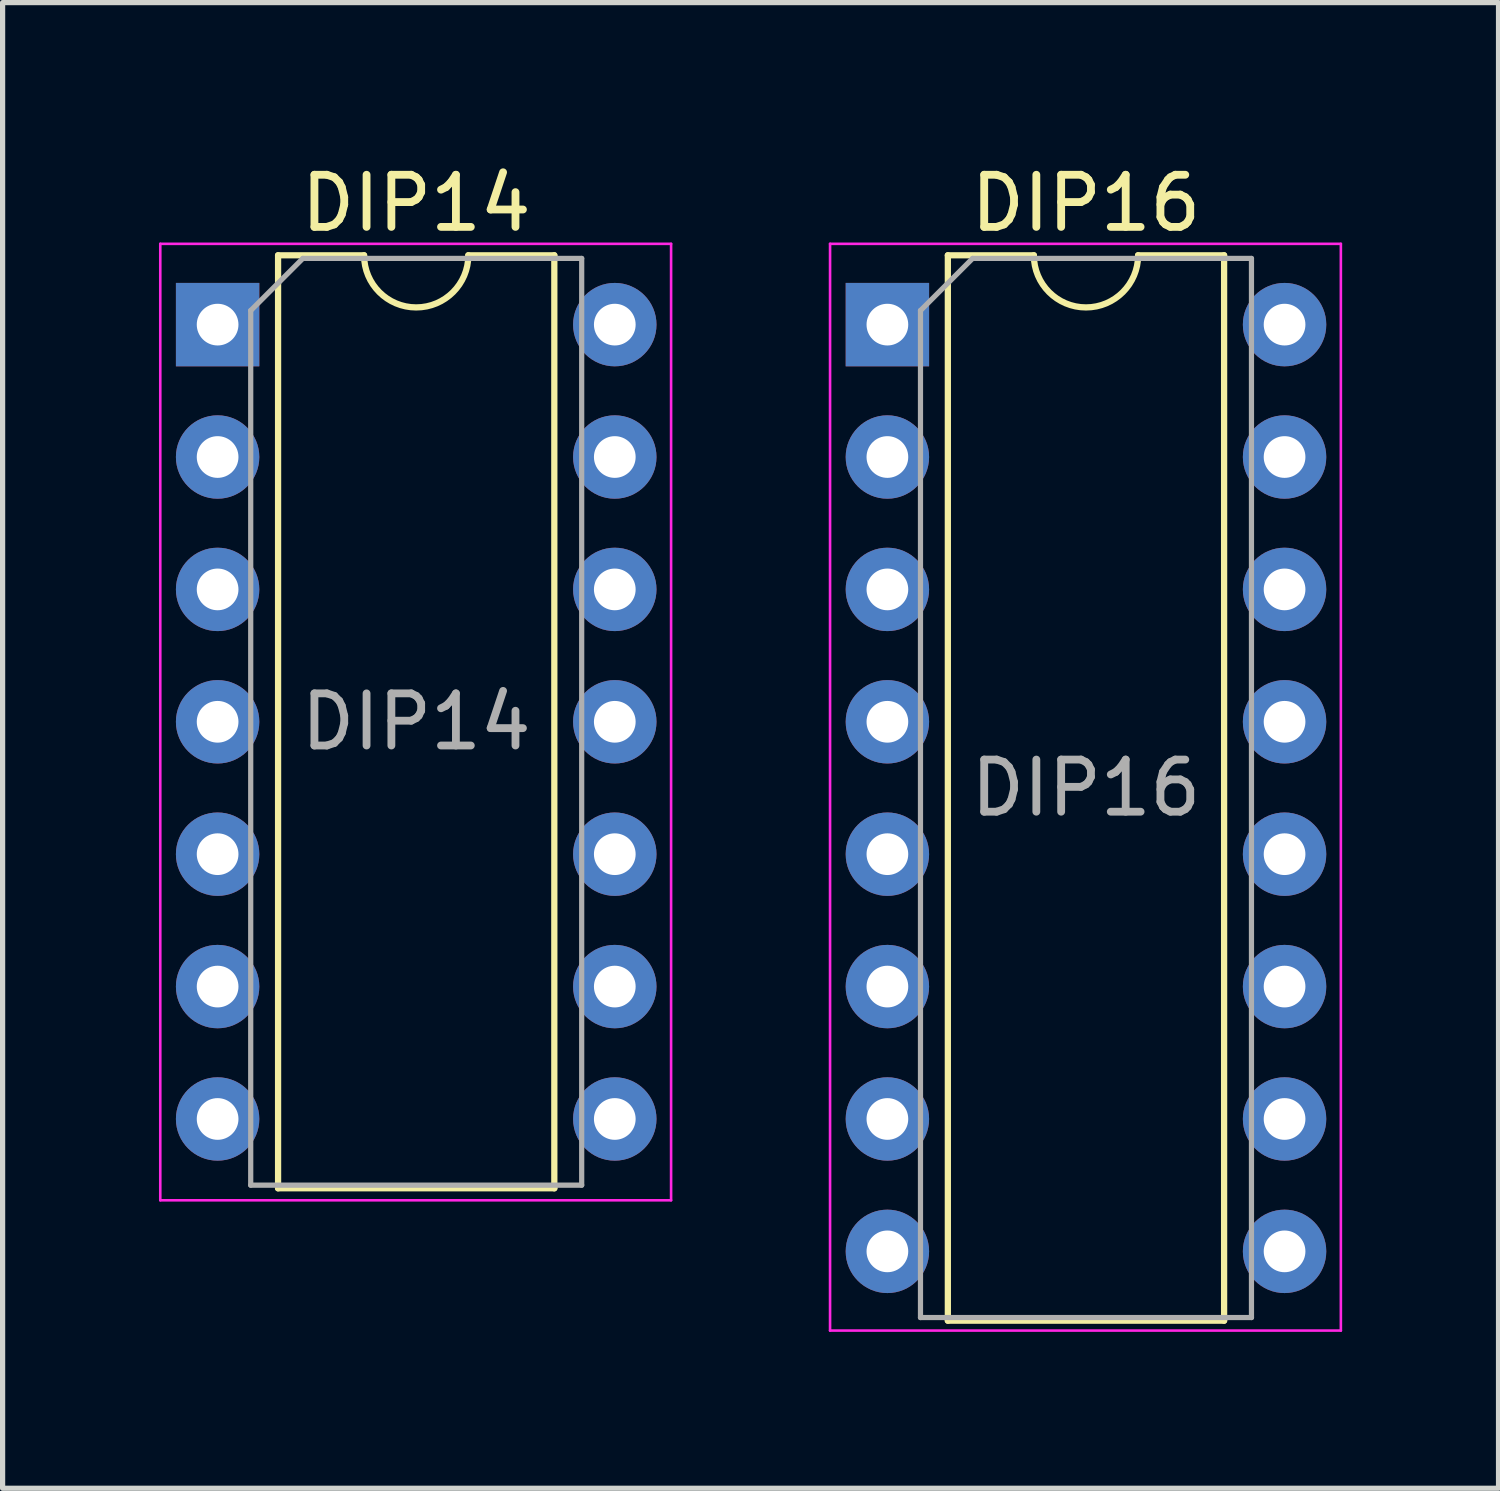
<source format=kicad_pcb>
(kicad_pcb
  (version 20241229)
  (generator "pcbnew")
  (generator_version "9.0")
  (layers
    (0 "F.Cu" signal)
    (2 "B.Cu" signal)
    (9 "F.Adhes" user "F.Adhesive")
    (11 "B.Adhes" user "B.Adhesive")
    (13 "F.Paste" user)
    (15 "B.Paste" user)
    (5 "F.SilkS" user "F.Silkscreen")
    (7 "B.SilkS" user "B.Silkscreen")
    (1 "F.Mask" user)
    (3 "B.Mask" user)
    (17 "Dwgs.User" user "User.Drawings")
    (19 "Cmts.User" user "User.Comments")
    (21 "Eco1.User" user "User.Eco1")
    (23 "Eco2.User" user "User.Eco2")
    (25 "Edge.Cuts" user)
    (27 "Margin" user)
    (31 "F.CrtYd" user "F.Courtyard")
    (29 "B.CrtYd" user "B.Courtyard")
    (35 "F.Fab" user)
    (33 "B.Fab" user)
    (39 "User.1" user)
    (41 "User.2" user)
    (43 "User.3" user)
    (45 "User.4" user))
  (footprint "DIP16"
    (layer "F.Cu")
    (at 13.975 3.178)
    (property "Reference" "DIP16" (at 3.81 -2.33 0) (layer "F.SilkS") (effects (font (size 1 1) (thickness 0.15))))
    (attr through_hole)
    (fp_line (start 1.16 -1.33) (end 1.16 19.11) (stroke (width 0.12) (type solid)) (layer "F.SilkS"))
    (fp_line (start 1.16 19.11) (end 6.46 19.11) (stroke (width 0.12) (type solid)) (layer "F.SilkS"))
    (fp_line (start 2.81 -1.33) (end 1.16 -1.33) (stroke (width 0.12) (type solid)) (layer "F.SilkS"))
    (fp_line (start 6.46 -1.33) (end 4.81 -1.33) (stroke (width 0.12) (type solid)) (layer "F.SilkS"))
    (fp_line (start 6.46 19.11) (end 6.46 -1.33) (stroke (width 0.12) (type solid)) (layer "F.SilkS"))
    (fp_arc (start 4.81 -1.33) (mid 3.81 -0.33) (end 2.81 -1.33) (stroke (width 0.12) (type solid)) (layer "F.SilkS"))
    (fp_line (start -1.1 -1.55) (end -1.1 19.3) (stroke (width 0.05) (type solid)) (layer "F.CrtYd"))
    (fp_line (start -1.1 19.3) (end 8.7 19.3) (stroke (width 0.05) (type solid)) (layer "F.CrtYd"))
    (fp_line (start 8.7 -1.55) (end -1.1 -1.55) (stroke (width 0.05) (type solid)) (layer "F.CrtYd"))
    (fp_line (start 8.7 19.3) (end 8.7 -1.55) (stroke (width 0.05) (type solid)) (layer "F.CrtYd"))
    (fp_line (start 0.635 -0.27) (end 1.635 -1.27) (stroke (width 0.1) (type solid)) (layer "F.Fab"))
    (fp_line (start 0.635 19.05) (end 0.635 -0.27) (stroke (width 0.1) (type solid)) (layer "F.Fab"))
    (fp_line (start 1.635 -1.27) (end 6.985 -1.27) (stroke (width 0.1) (type solid)) (layer "F.Fab"))
    (fp_line (start 6.985 -1.27) (end 6.985 19.05) (stroke (width 0.1) (type solid)) (layer "F.Fab"))
    (fp_line (start 6.985 19.05) (end 0.635 19.05) (stroke (width 0.1) (type solid)) (layer "F.Fab"))
    (fp_text user "${REFERENCE}" (at 3.81 8.89 0) (layer "F.Fab") (effects (font (size 1 1) (thickness 0.15))))
    (pad "1" thru_hole rect (at 0 0) (size 1.6 1.6) (drill 0.8) (layers "*.Cu" "*.Mask"))
    (pad "2" thru_hole oval (at 0 2.54) (size 1.6 1.6) (drill 0.8) (layers "*.Cu" "*.Mask"))
    (pad "3" thru_hole oval (at 0 5.08) (size 1.6 1.6) (drill 0.8) (layers "*.Cu" "*.Mask"))
    (pad "4" thru_hole oval (at 0 7.62) (size 1.6 1.6) (drill 0.8) (layers "*.Cu" "*.Mask"))
    (pad "5" thru_hole oval (at 0 10.16) (size 1.6 1.6) (drill 0.8) (layers "*.Cu" "*.Mask"))
    (pad "6" thru_hole oval (at 0 12.7) (size 1.6 1.6) (drill 0.8) (layers "*.Cu" "*.Mask"))
    (pad "7" thru_hole oval (at 0 15.24) (size 1.6 1.6) (drill 0.8) (layers "*.Cu" "*.Mask"))
    (pad "8" thru_hole oval (at 0 17.78) (size 1.6 1.6) (drill 0.8) (layers "*.Cu" "*.Mask"))
    (pad "9" thru_hole oval (at 7.62 17.78) (size 1.6 1.6) (drill 0.8) (layers "*.Cu" "*.Mask"))
    (pad "10" thru_hole oval (at 7.62 15.24) (size 1.6 1.6) (drill 0.8) (layers "*.Cu" "*.Mask"))
    (pad "11" thru_hole oval (at 7.62 12.7) (size 1.6 1.6) (drill 0.8) (layers "*.Cu" "*.Mask"))
    (pad "12" thru_hole oval (at 7.62 10.16) (size 1.6 1.6) (drill 0.8) (layers "*.Cu" "*.Mask"))
    (pad "13" thru_hole oval (at 7.62 7.62) (size 1.6 1.6) (drill 0.8) (layers "*.Cu" "*.Mask"))
    (pad "14" thru_hole oval (at 7.62 5.08) (size 1.6 1.6) (drill 0.8) (layers "*.Cu" "*.Mask"))
    (pad "15" thru_hole oval (at 7.62 2.54) (size 1.6 1.6) (drill 0.8) (layers "*.Cu" "*.Mask"))
    (pad "16" thru_hole oval (at 7.62 0) (size 1.6 1.6) (drill 0.8) (layers "*.Cu" "*.Mask")))
  (footprint "DIP14"
    (layer "F.Cu")
    (at 1.125 3.178)
    (property "Reference" "DIP14" (at 3.81 -2.33 0) (layer "F.SilkS") (effects (font (size 1 1) (thickness 0.15))))
    (attr through_hole)
    (fp_line (start 1.16 -1.33) (end 1.16 16.57) (stroke (width 0.12) (type solid)) (layer "F.SilkS"))
    (fp_line (start 1.16 16.57) (end 6.46 16.57) (stroke (width 0.12) (type solid)) (layer "F.SilkS"))
    (fp_line (start 2.81 -1.33) (end 1.16 -1.33) (stroke (width 0.12) (type solid)) (layer "F.SilkS"))
    (fp_line (start 6.46 -1.33) (end 4.81 -1.33) (stroke (width 0.12) (type solid)) (layer "F.SilkS"))
    (fp_line (start 6.46 16.57) (end 6.46 -1.33) (stroke (width 0.12) (type solid)) (layer "F.SilkS"))
    (fp_arc (start 4.81 -1.33) (mid 3.81 -0.33) (end 2.81 -1.33) (stroke (width 0.12) (type solid)) (layer "F.SilkS"))
    (fp_line (start -1.1 -1.55) (end -1.1 16.8) (stroke (width 0.05) (type solid)) (layer "F.CrtYd"))
    (fp_line (start -1.1 16.8) (end 8.7 16.8) (stroke (width 0.05) (type solid)) (layer "F.CrtYd"))
    (fp_line (start 8.7 -1.55) (end -1.1 -1.55) (stroke (width 0.05) (type solid)) (layer "F.CrtYd"))
    (fp_line (start 8.7 16.8) (end 8.7 -1.55) (stroke (width 0.05) (type solid)) (layer "F.CrtYd"))
    (fp_line (start 0.635 -0.27) (end 1.635 -1.27) (stroke (width 0.1) (type solid)) (layer "F.Fab"))
    (fp_line (start 0.635 16.51) (end 0.635 -0.27) (stroke (width 0.1) (type solid)) (layer "F.Fab"))
    (fp_line (start 1.635 -1.27) (end 6.985 -1.27) (stroke (width 0.1) (type solid)) (layer "F.Fab"))
    (fp_line (start 6.985 -1.27) (end 6.985 16.51) (stroke (width 0.1) (type solid)) (layer "F.Fab"))
    (fp_line (start 6.985 16.51) (end 0.635 16.51) (stroke (width 0.1) (type solid)) (layer "F.Fab"))
    (fp_text user "${REFERENCE}" (at 3.81 7.62 0) (layer "F.Fab") (effects (font (size 1 1) (thickness 0.15))))
    (pad "1" thru_hole rect (at 0 0) (size 1.6 1.6) (drill 0.8) (layers "*.Cu" "*.Mask"))
    (pad "2" thru_hole oval (at 0 2.54) (size 1.6 1.6) (drill 0.8) (layers "*.Cu" "*.Mask"))
    (pad "3" thru_hole oval (at 0 5.08) (size 1.6 1.6) (drill 0.8) (layers "*.Cu" "*.Mask"))
    (pad "4" thru_hole oval (at 0 7.62) (size 1.6 1.6) (drill 0.8) (layers "*.Cu" "*.Mask"))
    (pad "5" thru_hole oval (at 0 10.16) (size 1.6 1.6) (drill 0.8) (layers "*.Cu" "*.Mask"))
    (pad "6" thru_hole oval (at 0 12.7) (size 1.6 1.6) (drill 0.8) (layers "*.Cu" "*.Mask"))
    (pad "7" thru_hole oval (at 0 15.24) (size 1.6 1.6) (drill 0.8) (layers "*.Cu" "*.Mask"))
    (pad "8" thru_hole oval (at 7.62 15.24) (size 1.6 1.6) (drill 0.8) (layers "*.Cu" "*.Mask"))
    (pad "9" thru_hole oval (at 7.62 12.7) (size 1.6 1.6) (drill 0.8) (layers "*.Cu" "*.Mask"))
    (pad "10" thru_hole oval (at 7.62 10.16) (size 1.6 1.6) (drill 0.8) (layers "*.Cu" "*.Mask"))
    (pad "11" thru_hole oval (at 7.62 7.62) (size 1.6 1.6) (drill 0.8) (layers "*.Cu" "*.Mask"))
    (pad "12" thru_hole oval (at 7.62 5.08) (size 1.6 1.6) (drill 0.8) (layers "*.Cu" "*.Mask"))
    (pad "13" thru_hole oval (at 7.62 2.54) (size 1.6 1.6) (drill 0.8) (layers "*.Cu" "*.Mask"))
    (pad "14" thru_hole oval (at 7.62 0) (size 1.6 1.6) (drill 0.8) (layers "*.Cu" "*.Mask")))
  (gr_rect
    (start -3 -3)
    (end 25.7 25.503)
    (stroke (width 0.1) (type default))
    (fill no)
    (layer "Edge.Cuts")))
</source>
